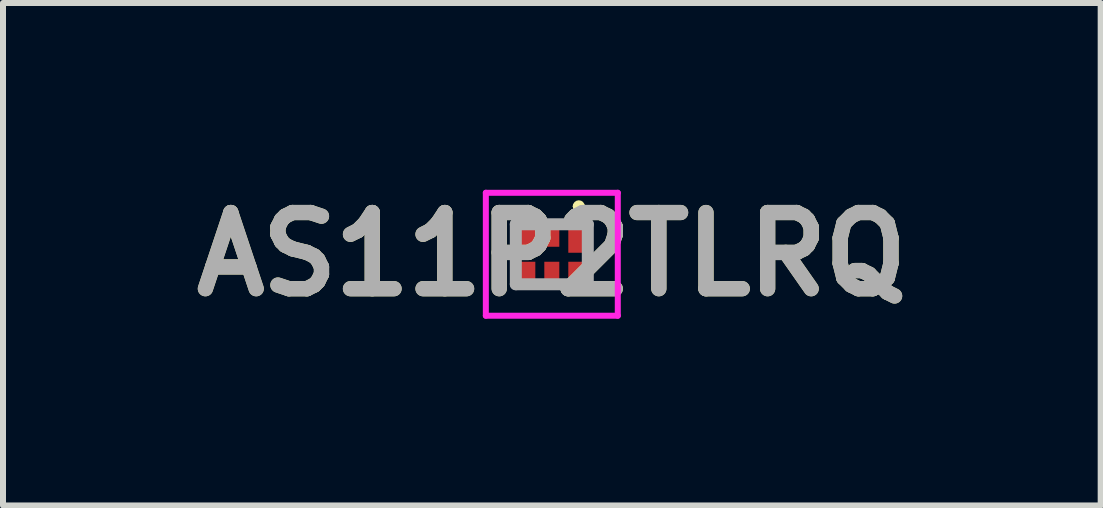
<source format=kicad_pcb>
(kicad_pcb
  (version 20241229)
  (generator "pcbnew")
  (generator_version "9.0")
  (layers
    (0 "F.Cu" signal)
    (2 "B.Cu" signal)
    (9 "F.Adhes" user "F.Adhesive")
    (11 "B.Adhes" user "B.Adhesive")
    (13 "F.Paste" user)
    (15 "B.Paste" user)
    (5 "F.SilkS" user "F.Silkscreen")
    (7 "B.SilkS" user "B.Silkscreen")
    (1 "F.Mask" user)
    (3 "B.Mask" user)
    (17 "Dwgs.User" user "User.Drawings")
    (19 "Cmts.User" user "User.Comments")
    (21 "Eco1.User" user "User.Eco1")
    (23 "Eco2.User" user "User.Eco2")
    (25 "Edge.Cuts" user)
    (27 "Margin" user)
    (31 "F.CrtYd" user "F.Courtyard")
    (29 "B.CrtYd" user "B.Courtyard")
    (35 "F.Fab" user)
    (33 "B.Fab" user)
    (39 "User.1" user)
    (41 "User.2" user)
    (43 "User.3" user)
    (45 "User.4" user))
  (footprint "AS11P2TLRQ"
    (layer "F.Cu")
    (at 6.15 1.189)
    (property "Reference" "AS11P2TLRQ" (at 0 0 0) (layer "F.SilkS") (effects (font (size 1.27 1.27) (thickness 0.254))))
    (attr smd)
    (fp_line (start 0.4 -0.8) (end 0.4 -0.8) (stroke (width 0.1) (type solid)) (layer "F.SilkS"))
    (fp_line (start 0.5 -0.8) (end 0.5 -0.8) (stroke (width 0.1) (type solid)) (layer "F.SilkS"))
    (fp_arc (start 0.4 -0.8) (mid 0.45 -0.85) (end 0.5 -0.8) (stroke (width 0.1) (type solid)) (layer "F.SilkS"))
    (fp_arc (start 0.5 -0.8) (mid 0.45 -0.75) (end 0.4 -0.8) (stroke (width 0.1) (type solid)) (layer "F.SilkS"))
    (fp_line (start -1.1 -1.025) (end 1.1 -1.025) (stroke (width 0.1) (type solid)) (layer "F.CrtYd"))
    (fp_line (start -1.1 1.025) (end -1.1 -1.025) (stroke (width 0.1) (type solid)) (layer "F.CrtYd"))
    (fp_line (start 1.1 -1.025) (end 1.1 1.025) (stroke (width 0.1) (type solid)) (layer "F.CrtYd"))
    (fp_line (start 1.1 1.025) (end -1.1 1.025) (stroke (width 0.1) (type solid)) (layer "F.CrtYd"))
    (fp_line (start -0.6 -0.5) (end 0.6 -0.5) (stroke (width 0.2) (type solid)) (layer "F.Fab"))
    (fp_line (start -0.6 0.5) (end -0.6 -0.5) (stroke (width 0.2) (type solid)) (layer "F.Fab"))
    (fp_line (start 0.6 -0.5) (end 0.6 0.5) (stroke (width 0.2) (type solid)) (layer "F.Fab"))
    (fp_line (start 0.6 0.5) (end -0.6 0.5) (stroke (width 0.2) (type solid)) (layer "F.Fab"))
    (fp_text user "${REFERENCE}" (at 0 0 0) (layer "F.Fab") (effects (font (size 1.27 1.27) (thickness 0.254))))
    (pad "1" smd rect (at 0.4 -0.275) (size 0.25 0.5) (layers "F.Cu" "F.Mask" "F.Paste"))
    (pad "2" smd rect (at 0 -0.325) (size 0.25 0.4) (layers "F.Cu" "F.Mask" "F.Paste"))
    (pad "3" smd rect (at -0.4 -0.325) (size 0.25 0.4) (layers "F.Cu" "F.Mask" "F.Paste"))
    (pad "4" smd rect (at -0.4 0.325) (size 0.25 0.4) (layers "F.Cu" "F.Mask" "F.Paste"))
    (pad "5" smd rect (at 0 0.325) (size 0.25 0.4) (layers "F.Cu" "F.Mask" "F.Paste"))
    (pad "6" smd rect (at 0.4 0.325) (size 0.25 0.4) (layers "F.Cu" "F.Mask" "F.Paste")))
  (gr_rect
    (start -3 -3)
    (end 15.301 5.377)
    (stroke (width 0.1) (type default))
    (fill no)
    (layer "Edge.Cuts")))
</source>
